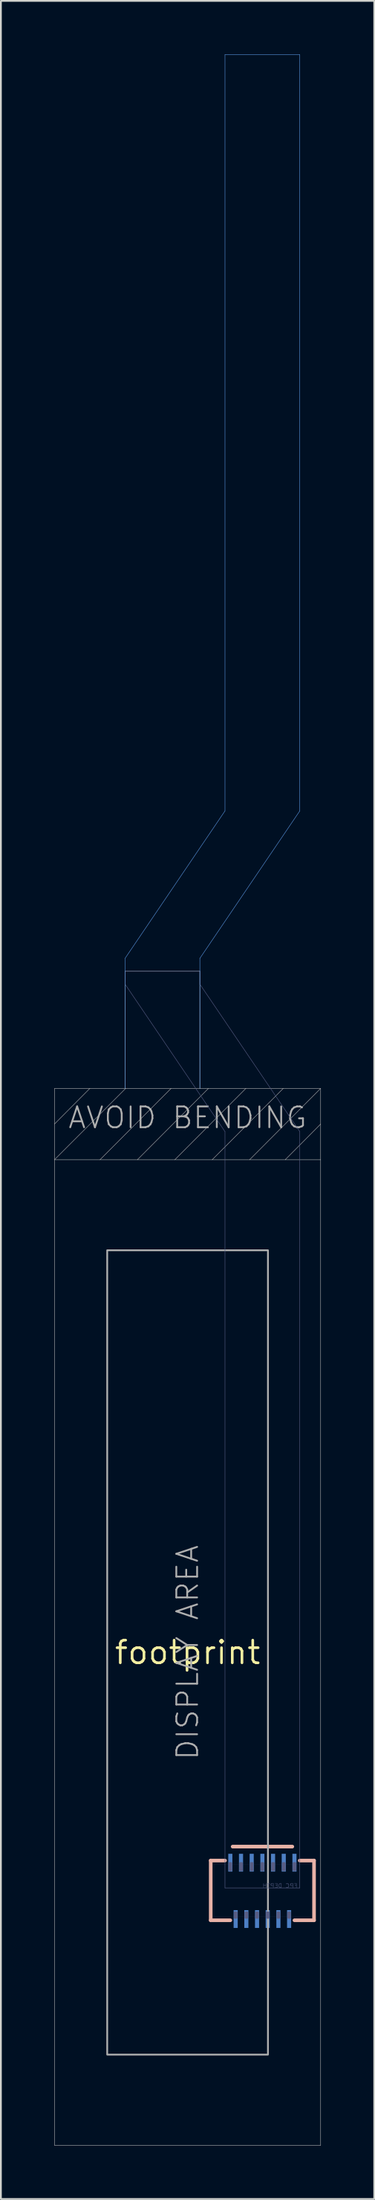
<source format=kicad_pcb>
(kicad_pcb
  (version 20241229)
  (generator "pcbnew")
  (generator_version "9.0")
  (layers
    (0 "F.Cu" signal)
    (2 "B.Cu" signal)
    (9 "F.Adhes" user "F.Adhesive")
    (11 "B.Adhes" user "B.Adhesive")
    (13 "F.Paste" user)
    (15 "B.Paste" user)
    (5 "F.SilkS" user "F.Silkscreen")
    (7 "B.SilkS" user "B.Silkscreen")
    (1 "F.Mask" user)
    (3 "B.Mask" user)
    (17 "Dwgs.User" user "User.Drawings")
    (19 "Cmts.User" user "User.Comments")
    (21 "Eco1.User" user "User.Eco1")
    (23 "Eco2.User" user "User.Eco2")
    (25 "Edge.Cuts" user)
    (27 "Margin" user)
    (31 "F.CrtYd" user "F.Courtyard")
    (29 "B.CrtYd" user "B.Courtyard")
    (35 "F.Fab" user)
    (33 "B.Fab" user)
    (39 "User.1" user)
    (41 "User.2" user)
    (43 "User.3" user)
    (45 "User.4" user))
  (footprint "footprint"
    (layer "F.Cu")
    (at 7.483 89.653)
    (property "Reference" "footprint" (at 0 0 0) (layer "F.SilkS") (effects (font (size 1.27 1.27) (thickness 0.15))))
    (fp_line (start 1.3 11.675) (end 1.3 15.025) (stroke (width 0.203) (type solid)) (layer "B.SilkS"))
    (fp_line (start 1.3 15.025) (end 2.4 15.025) (stroke (width 0.203) (type solid)) (layer "B.SilkS"))
    (fp_line (start 2.1 11.675) (end 1.3 11.675) (stroke (width 0.203) (type solid)) (layer "B.SilkS"))
    (fp_line (start 2.531 10.892) (end 5.881 10.892) (stroke (width 0.203) (type solid)) (layer "B.SilkS"))
    (fp_line (start 6 15.025) (end 7.1 15.025) (stroke (width 0.203) (type solid)) (layer "B.SilkS"))
    (fp_line (start 7.1 11.675) (end 6.3 11.675) (stroke (width 0.203) (type solid)) (layer "B.SilkS"))
    (fp_line (start 7.1 15.025) (end 7.1 11.675) (stroke (width 0.203) (type solid)) (layer "B.SilkS"))
    (fp_line (start -3.51 -38.94) (end -3.51 -31.64) (stroke (width 0.025) (type solid)) (layer "Cmts.User"))
    (fp_line (start -3.51 -38.94) (end 2.1 -47.21) (stroke (width 0.025) (type solid)) (layer "Cmts.User"))
    (fp_line (start 0.69 -38.94) (end 0.69 -31.64) (stroke (width 0.025) (type solid)) (layer "Cmts.User"))
    (fp_line (start 0.69 -38.94) (end 6.3 -47.21) (stroke (width 0.025) (type solid)) (layer "Cmts.User"))
    (fp_line (start 2.1 -89.64) (end 2.1 -47.21) (stroke (width 0.025) (type solid)) (layer "Cmts.User"))
    (fp_line (start 6.3 -89.64) (end 2.1 -89.64) (stroke (width 0.025) (type solid)) (layer "Cmts.User"))
    (fp_line (start 6.3 -47.21) (end 6.3 -89.64) (stroke (width 0.025) (type solid)) (layer "Cmts.User"))
    (fp_line (start -3.51 -37.49) (end -3.51 -38.215) (stroke (width 0.025) (type solid)) (layer "B.Fab"))
    (fp_line (start -3.51 -37.49) (end 2.1 -29.22) (stroke (width 0.025) (type solid)) (layer "B.Fab"))
    (fp_line (start 0.69 -38.215) (end -3.51 -38.215) (stroke (width 0.025) (type solid)) (layer "B.Fab"))
    (fp_line (start 0.69 -37.49) (end 0.69 -38.215) (stroke (width 0.025) (type solid)) (layer "B.Fab"))
    (fp_line (start 0.69 -37.49) (end 6.3 -29.22) (stroke (width 0.025) (type solid)) (layer "B.Fab"))
    (fp_line (start 1.5 11.875) (end 1.5 14.825) (stroke (width 0.003) (type solid)) (layer "B.Fab"))
    (fp_line (start 1.5 14.825) (end 6.9 14.825) (stroke (width 0.003) (type solid)) (layer "B.Fab"))
    (fp_line (start 2.1 11.875) (end 1.5 11.875) (stroke (width 0.003) (type solid)) (layer "B.Fab"))
    (fp_line (start 2.1 13.21) (end 2.1 -29.22) (stroke (width 0.025) (type solid)) (layer "B.Fab"))
    (fp_line (start 2.1 13.225) (end 2.1 11.875) (stroke (width 0.003) (type solid)) (layer "B.Fab"))
    (fp_line (start 2.1 13.225) (end 6.3 13.225) (stroke (width 0.003) (type solid)) (layer "B.Fab"))
    (fp_line (start 6.3 -29.22) (end 6.3 13.21) (stroke (width 0.025) (type solid)) (layer "B.Fab"))
    (fp_line (start 6.3 11.875) (end 2.1 11.875) (stroke (width 0.003) (type solid)) (layer "B.Fab"))
    (fp_line (start 6.3 13.21) (end 2.1 13.21) (stroke (width 0.025) (type solid)) (layer "B.Fab"))
    (fp_line (start 6.3 13.225) (end 6.3 11.875) (stroke (width 0.003) (type solid)) (layer "B.Fab"))
    (fp_line (start 6.9 11.875) (end 6.3 11.875) (stroke (width 0.003) (type solid)) (layer "B.Fab"))
    (fp_line (start 6.9 14.825) (end 6.9 11.875) (stroke (width 0.003) (type solid)) (layer "B.Fab"))
    (fp_poly (pts (xy 2.35 12.215) (xy 2.45 12.215) (xy 2.45 11.815) (xy 2.35 11.815)) (stroke (width 0.1) (type solid)) (fill no) (layer "B.Fab"))
    (fp_poly (pts (xy 2.65 14.885) (xy 2.75 14.885) (xy 2.75 14.585) (xy 2.65 14.585)) (stroke (width 0.1) (type solid)) (fill no) (layer "B.Fab"))
    (fp_poly (pts (xy 2.95 12.215) (xy 3.05 12.215) (xy 3.05 11.815) (xy 2.95 11.815)) (stroke (width 0.1) (type solid)) (fill no) (layer "B.Fab"))
    (fp_poly (pts (xy 3.25 14.885) (xy 3.35 14.885) (xy 3.35 14.585) (xy 3.25 14.585)) (stroke (width 0.1) (type solid)) (fill no) (layer "B.Fab"))
    (fp_poly (pts (xy 3.55 12.215) (xy 3.65 12.215) (xy 3.65 11.815) (xy 3.55 11.815)) (stroke (width 0.1) (type solid)) (fill no) (layer "B.Fab"))
    (fp_poly (pts (xy 3.85 14.885) (xy 3.95 14.885) (xy 3.95 14.585) (xy 3.85 14.585)) (stroke (width 0.1) (type solid)) (fill no) (layer "B.Fab"))
    (fp_poly (pts (xy 4.15 12.215) (xy 4.25 12.215) (xy 4.25 11.815) (xy 4.15 11.815)) (stroke (width 0.1) (type solid)) (fill no) (layer "B.Fab"))
    (fp_poly (pts (xy 4.45 14.885) (xy 4.55 14.885) (xy 4.55 14.585) (xy 4.45 14.585)) (stroke (width 0.1) (type solid)) (fill no) (layer "B.Fab"))
    (fp_poly (pts (xy 4.75 12.215) (xy 4.85 12.215) (xy 4.85 11.815) (xy 4.75 11.815)) (stroke (width 0.1) (type solid)) (fill no) (layer "B.Fab"))
    (fp_poly (pts (xy 5.05 14.885) (xy 5.15 14.885) (xy 5.15 14.585) (xy 5.05 14.585)) (stroke (width 0.1) (type solid)) (fill no) (layer "B.Fab"))
    (fp_poly (pts (xy 5.35 12.215) (xy 5.45 12.215) (xy 5.45 11.815) (xy 5.35 11.815)) (stroke (width 0.1) (type solid)) (fill no) (layer "B.Fab"))
    (fp_poly (pts (xy 5.65 14.885) (xy 5.75 14.885) (xy 5.75 14.585) (xy 5.65 14.585)) (stroke (width 0.1) (type solid)) (fill no) (layer "B.Fab"))
    (fp_poly (pts (xy 5.95 12.215) (xy 6.05 12.215) (xy 6.05 11.815) (xy 5.95 11.815)) (stroke (width 0.1) (type solid)) (fill no) (layer "B.Fab"))
    (fp_line (start -7.47 -31.64) (end -7.47 -29.65) (stroke (width 0.025) (type solid)) (layer "F.Fab"))
    (fp_line (start -7.47 -29.65) (end -7.47 -27.65) (stroke (width 0.025) (type solid)) (layer "F.Fab"))
    (fp_line (start -7.47 -29.65) (end -5.49 -31.64) (stroke (width 0.025) (type solid)) (layer "F.Fab"))
    (fp_line (start -7.47 -27.65) (end -7.47 27.65) (stroke (width 0.025) (type solid)) (layer "F.Fab"))
    (fp_line (start -7.47 -27.65) (end -4.91 -27.65) (stroke (width 0.025) (type solid)) (layer "F.Fab"))
    (fp_line (start -7.47 -27.65) (end -3.48 -31.64) (stroke (width 0.025) (type solid)) (layer "F.Fab"))
    (fp_line (start -7.47 27.65) (end 7.47 27.65) (stroke (width 0.025) (type solid)) (layer "F.Fab"))
    (fp_line (start -5.49 -31.64) (end -7.47 -31.64) (stroke (width 0.025) (type solid)) (layer "F.Fab"))
    (fp_line (start -4.91 -27.65) (end -2.81 -27.65) (stroke (width 0.025) (type solid)) (layer "F.Fab"))
    (fp_line (start -4.91 -27.65) (end -0.93 -31.64) (stroke (width 0.025) (type solid)) (layer "F.Fab"))
    (fp_line (start -3.51 -38.215) (end -3.51 -31.64) (stroke (width 0.025) (type solid)) (layer "F.Fab"))
    (fp_line (start -3.51 -38.215) (end 0.69 -38.215) (stroke (width 0.025) (type solid)) (layer "F.Fab"))
    (fp_line (start -3.51 -31.64) (end -5.49 -31.64) (stroke (width 0.025) (type solid)) (layer "F.Fab"))
    (fp_line (start -3.48 -31.64) (end -3.51 -31.64) (stroke (width 0.025) (type solid)) (layer "F.Fab"))
    (fp_line (start -2.81 -27.65) (end -0.71 -27.65) (stroke (width 0.025) (type solid)) (layer "F.Fab"))
    (fp_line (start -2.81 -27.65) (end 1.17 -31.64) (stroke (width 0.025) (type solid)) (layer "F.Fab"))
    (fp_line (start -0.93 -31.64) (end -3.48 -31.64) (stroke (width 0.025) (type solid)) (layer "F.Fab"))
    (fp_line (start -0.71 -27.65) (end 1.39 -27.65) (stroke (width 0.025) (type solid)) (layer "F.Fab"))
    (fp_line (start -0.71 -27.65) (end 3.27 -31.64) (stroke (width 0.025) (type solid)) (layer "F.Fab"))
    (fp_line (start 0.69 -38.215) (end 0.69 -31.64) (stroke (width 0.025) (type solid)) (layer "F.Fab"))
    (fp_line (start 0.69 -31.64) (end -0.93 -31.64) (stroke (width 0.025) (type solid)) (layer "F.Fab"))
    (fp_line (start 1.17 -31.64) (end 0.69 -31.64) (stroke (width 0.025) (type solid)) (layer "F.Fab"))
    (fp_line (start 1.39 -27.65) (end 3.49 -27.65) (stroke (width 0.025) (type solid)) (layer "F.Fab"))
    (fp_line (start 1.39 -27.65) (end 5.37 -31.64) (stroke (width 0.025) (type solid)) (layer "F.Fab"))
    (fp_line (start 3.27 -31.64) (end 1.17 -31.64) (stroke (width 0.025) (type solid)) (layer "F.Fab"))
    (fp_line (start 3.49 -27.65) (end 5.49 -27.65) (stroke (width 0.025) (type solid)) (layer "F.Fab"))
    (fp_line (start 3.49 -27.65) (end 7.47 -31.64) (stroke (width 0.025) (type solid)) (layer "F.Fab"))
    (fp_line (start 5.37 -31.64) (end 3.27 -31.64) (stroke (width 0.025) (type solid)) (layer "F.Fab"))
    (fp_line (start 5.49 -27.65) (end 7.47 -29.64) (stroke (width 0.025) (type solid)) (layer "F.Fab"))
    (fp_line (start 5.49 -27.65) (end 7.47 -27.65) (stroke (width 0.025) (type solid)) (layer "F.Fab"))
    (fp_line (start 7.47 -31.64) (end 5.37 -31.64) (stroke (width 0.025) (type solid)) (layer "F.Fab"))
    (fp_line (start 7.47 -29.64) (end 7.47 -31.64) (stroke (width 0.025) (type solid)) (layer "F.Fab"))
    (fp_line (start 7.47 -27.65) (end 7.47 -29.64) (stroke (width 0.025) (type solid)) (layer "F.Fab"))
    (fp_line (start 7.47 27.65) (end 7.47 -27.65) (stroke (width 0.025) (type solid)) (layer "F.Fab"))
    (fp_poly (pts (xy 4.513 22.561) (xy -4.513 22.561) (xy -4.513 -22.561) (xy 4.513 -22.561)) (stroke (width 0.1) (type solid)) (fill no) (layer "F.Fab"))
    (fp_text user "FPC DEPTH" (at 4.2 12.95 0) (layer "B.Fab") (effects (font (size 0.234 0.234) (thickness 0.02)) (justify right top mirror)))
    (fp_text user "AVOID BENDING" (at 0 -30 0) (layer "F.Fab") (effects (font (size 1.168 1.168) (thickness 0.102))))
    (fp_text user "DISPLAY AREA" (at 0 0 90) (layer "F.Fab") (effects (font (size 1.168 1.168) (thickness 0.102))))
    (pad "1" smd rect (at 6 11.795) (size 0.23 1) (layers "B.Cu" "B.Mask" "B.Paste"))
    (pad "2" smd rect (at 5.7 14.955) (size 0.23 1) (layers "B.Cu" "B.Mask" "B.Paste"))
    (pad "3" smd rect (at 5.4 11.795) (size 0.23 1) (layers "B.Cu" "B.Mask" "B.Paste"))
    (pad "4" smd rect (at 5.1 14.955) (size 0.23 1) (layers "B.Cu" "B.Mask" "B.Paste"))
    (pad "5" smd rect (at 4.8 11.795) (size 0.23 1) (layers "B.Cu" "B.Mask" "B.Paste"))
    (pad "6" smd rect (at 4.5 14.955) (size 0.23 1) (layers "B.Cu" "B.Mask" "B.Paste"))
    (pad "7" smd rect (at 4.2 11.795) (size 0.23 1) (layers "B.Cu" "B.Mask" "B.Paste"))
    (pad "8" smd rect (at 3.9 14.955) (size 0.23 1) (layers "B.Cu" "B.Mask" "B.Paste"))
    (pad "9" smd rect (at 3.6 11.795) (size 0.23 1) (layers "B.Cu" "B.Mask" "B.Paste"))
    (pad "10" smd rect (at 3.3 14.955) (size 0.23 1) (layers "B.Cu" "B.Mask" "B.Paste"))
    (pad "11" smd rect (at 3 11.795) (size 0.23 1) (layers "B.Cu" "B.Mask" "B.Paste"))
    (pad "12" smd rect (at 2.7 14.955) (size 0.23 1) (layers "B.Cu" "B.Mask" "B.Paste"))
    (pad "13" smd rect (at 2.4 11.795) (size 0.23 1) (layers "B.Cu" "B.Mask" "B.Paste")))
  (gr_rect
    (start -3 -3)
    (end 17.965 120.315)
    (stroke (width 0.1) (type default))
    (fill no)
    (layer "Edge.Cuts")))
</source>
